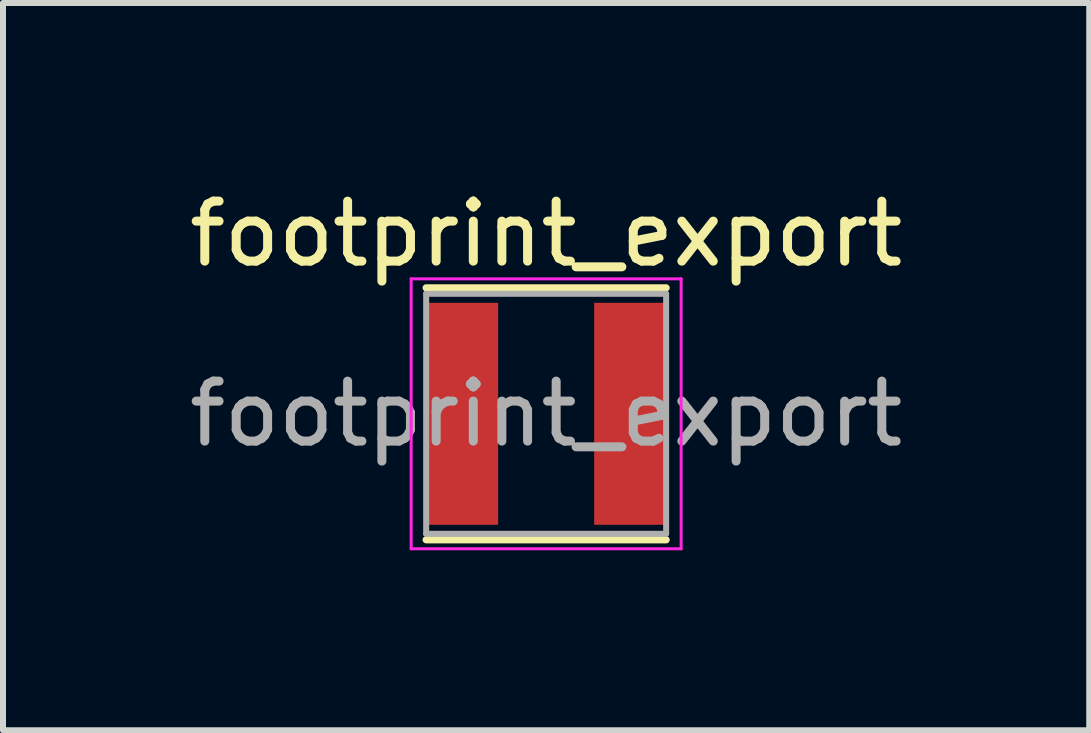
<source format=kicad_pcb>
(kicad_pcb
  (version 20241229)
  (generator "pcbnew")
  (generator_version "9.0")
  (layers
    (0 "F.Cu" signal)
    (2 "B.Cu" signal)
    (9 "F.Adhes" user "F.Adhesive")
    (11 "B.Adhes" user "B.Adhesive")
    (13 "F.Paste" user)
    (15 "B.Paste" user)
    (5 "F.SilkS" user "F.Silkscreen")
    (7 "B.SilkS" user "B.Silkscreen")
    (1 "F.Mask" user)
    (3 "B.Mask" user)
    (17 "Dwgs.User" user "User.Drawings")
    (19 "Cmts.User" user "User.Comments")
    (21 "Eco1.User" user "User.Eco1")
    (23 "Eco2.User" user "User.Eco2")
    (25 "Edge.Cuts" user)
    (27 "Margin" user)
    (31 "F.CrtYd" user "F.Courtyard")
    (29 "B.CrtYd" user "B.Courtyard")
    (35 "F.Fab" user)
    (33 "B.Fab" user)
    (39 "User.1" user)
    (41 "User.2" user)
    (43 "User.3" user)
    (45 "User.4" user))
  (footprint "footprint_export"
    (layer "F.Cu")
    (at 6.054 3.848)
    (property "Reference" "footprint_export" (at 0 -3 0) (layer "F.SilkS") (effects (font (size 1 1) (thickness 0.15))))
    (attr smd)
    (fp_line (start -2 -2.1) (end 2 -2.1) (stroke (width 0.12) (type solid)) (layer "F.SilkS"))
    (fp_line (start -2 2.1) (end 2 2.1) (stroke (width 0.12) (type solid)) (layer "F.SilkS"))
    (fp_line (start -2.25 -2.25) (end -2.25 2.25) (stroke (width 0.05) (type solid)) (layer "F.CrtYd"))
    (fp_line (start -2.25 2.25) (end 2.25 2.25) (stroke (width 0.05) (type solid)) (layer "F.CrtYd"))
    (fp_line (start 2.25 -2.25) (end -2.25 -2.25) (stroke (width 0.05) (type solid)) (layer "F.CrtYd"))
    (fp_line (start 2.25 2.25) (end 2.25 -2.25) (stroke (width 0.05) (type solid)) (layer "F.CrtYd"))
    (fp_line (start -2 -2) (end -2 2) (stroke (width 0.1) (type solid)) (layer "F.Fab"))
    (fp_line (start -2 2) (end 2 2) (stroke (width 0.1) (type solid)) (layer "F.Fab"))
    (fp_line (start 2 -2) (end -2 -2) (stroke (width 0.1) (type solid)) (layer "F.Fab"))
    (fp_line (start 2 2) (end 2 -2) (stroke (width 0.1) (type solid)) (layer "F.Fab"))
    (fp_text user "${REFERENCE}" (at 0 0 0) (layer "F.Fab") (effects (font (size 1 1) (thickness 0.15))))
    (pad "1" smd rect (at -1.4 0) (size 1.2 3.7) (layers "F.Cu" "F.Mask" "F.Paste"))
    (pad "2" smd rect (at 1.4 0) (size 1.2 3.7) (layers "F.Cu" "F.Mask" "F.Paste")))
  (gr_rect
    (start -3 -3)
    (end 15.107 9.123)
    (stroke (width 0.1) (type default))
    (fill no)
    (layer "Edge.Cuts")))
</source>
